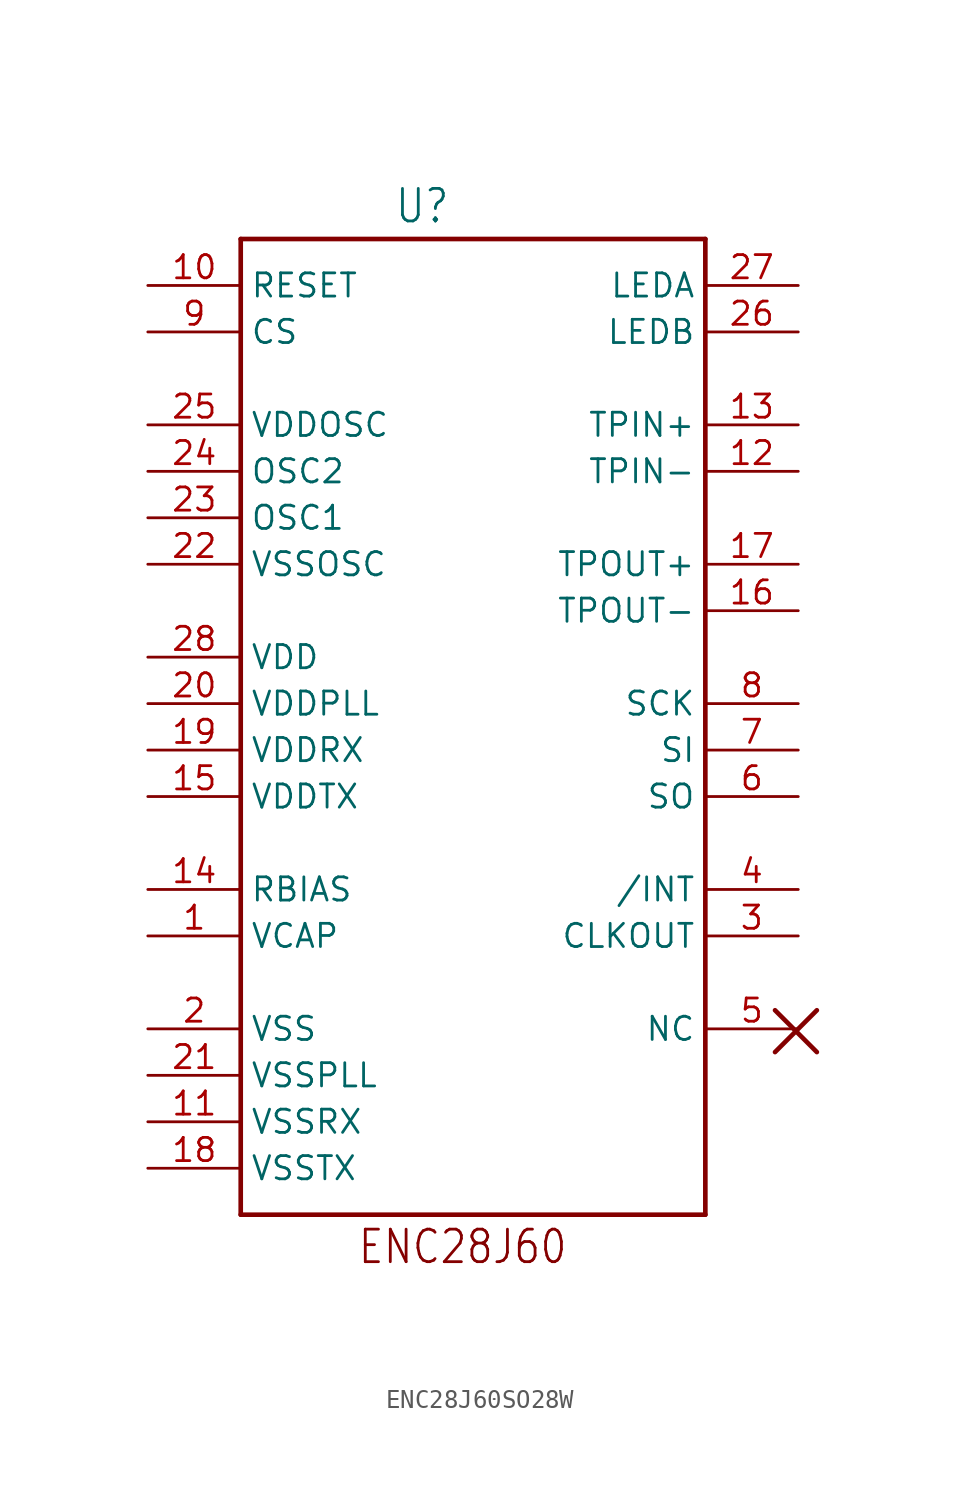
<source format=kicad_sym>
(kicad_symbol_lib
  (version 20211014)
  (generator kicad_symbol_editor)
  (symbol "ENC28J60SO28W"
    (property "Reference" "U"
      (at -4.318 26.162 0)
      (effects (font (size 1.778 1.511)) (justify left bottom)))
    (property "ki_locked" ""
      (at 0 0 0)
      (effects (font (size 1.27 1.27))))
    (symbol "ENC28J60SO28W_1_0"
      (polyline (pts (xy -12.7 -27.94) (xy 12.7 -27.94)) (stroke (width 0.254) (type default) (color 0 0 0 0)) (fill (type none)))
      (polyline (pts (xy -12.7 25.4) (xy -12.7 -27.94)) (stroke (width 0.254) (type default) (color 0 0 0 0)) (fill (type none)))
      (polyline (pts (xy 12.7 -27.94) (xy 12.7 25.4)) (stroke (width 0.254) (type default) (color 0 0 0 0)) (fill (type none)))
      (polyline (pts (xy 12.7 25.4) (xy -12.7 25.4)) (stroke (width 0.254) (type default) (color 0 0 0 0)) (fill (type none)))
      (polyline (pts (xy 16.51 -19.05) (xy 18.796 -16.764)) (stroke (width 0.254) (type default) (color 0 0 0 0)) (fill (type none)))
      (polyline (pts (xy 18.796 -19.05) (xy 16.51 -16.764)) (stroke (width 0.254) (type default) (color 0 0 0 0)) (fill (type none)))
      (text "ENC28J60" (at -6.35 -30.734 0) (effects (font (size 1.778 1.511)) (justify left bottom)))
      (pin bidirectional line (at -17.78 -12.7 0) (length 5.08) (name "VCAP" (effects (font (size 1.27 1.27)))) (number "1" (effects (font (size 1.27 1.27)))))
      (pin bidirectional line (at -17.78 22.86 0) (length 5.08) (name "RESET" (effects (font (size 1.27 1.27)))) (number "10" (effects (font (size 1.27 1.27)))))
      (pin bidirectional line (at -17.78 -22.86 0) (length 5.08) (name "VSSRX" (effects (font (size 1.27 1.27)))) (number "11" (effects (font (size 1.27 1.27)))))
      (pin bidirectional line (at 17.78 12.7 180) (length 5.08) (name "TPIN-" (effects (font (size 1.27 1.27)))) (number "12" (effects (font (size 1.27 1.27)))))
      (pin bidirectional line (at 17.78 15.24 180) (length 5.08) (name "TPIN+" (effects (font (size 1.27 1.27)))) (number "13" (effects (font (size 1.27 1.27)))))
      (pin bidirectional line (at -17.78 -10.16 0) (length 5.08) (name "RBIAS" (effects (font (size 1.27 1.27)))) (number "14" (effects (font (size 1.27 1.27)))))
      (pin bidirectional line (at -17.78 -5.08 0) (length 5.08) (name "VDDTX" (effects (font (size 1.27 1.27)))) (number "15" (effects (font (size 1.27 1.27)))))
      (pin bidirectional line (at 17.78 5.08 180) (length 5.08) (name "TPOUT-" (effects (font (size 1.27 1.27)))) (number "16" (effects (font (size 1.27 1.27)))))
      (pin bidirectional line (at 17.78 7.62 180) (length 5.08) (name "TPOUT+" (effects (font (size 1.27 1.27)))) (number "17" (effects (font (size 1.27 1.27)))))
      (pin bidirectional line (at -17.78 -25.4 0) (length 5.08) (name "VSSTX" (effects (font (size 1.27 1.27)))) (number "18" (effects (font (size 1.27 1.27)))))
      (pin bidirectional line (at -17.78 -2.54 0) (length 5.08) (name "VDDRX" (effects (font (size 1.27 1.27)))) (number "19" (effects (font (size 1.27 1.27)))))
      (pin bidirectional line (at -17.78 -17.78 0) (length 5.08) (name "VSS" (effects (font (size 1.27 1.27)))) (number "2" (effects (font (size 1.27 1.27)))))
      (pin bidirectional line (at -17.78 0 0) (length 5.08) (name "VDDPLL" (effects (font (size 1.27 1.27)))) (number "20" (effects (font (size 1.27 1.27)))))
      (pin bidirectional line (at -17.78 -20.32 0) (length 5.08) (name "VSSPLL" (effects (font (size 1.27 1.27)))) (number "21" (effects (font (size 1.27 1.27)))))
      (pin bidirectional line (at -17.78 7.62 0) (length 5.08) (name "VSSOSC" (effects (font (size 1.27 1.27)))) (number "22" (effects (font (size 1.27 1.27)))))
      (pin bidirectional line (at -17.78 10.16 0) (length 5.08) (name "OSC1" (effects (font (size 1.27 1.27)))) (number "23" (effects (font (size 1.27 1.27)))))
      (pin bidirectional line (at -17.78 12.7 0) (length 5.08) (name "OSC2" (effects (font (size 1.27 1.27)))) (number "24" (effects (font (size 1.27 1.27)))))
      (pin bidirectional line (at -17.78 15.24 0) (length 5.08) (name "VDDOSC" (effects (font (size 1.27 1.27)))) (number "25" (effects (font (size 1.27 1.27)))))
      (pin bidirectional line (at 17.78 20.32 180) (length 5.08) (name "LEDB" (effects (font (size 1.27 1.27)))) (number "26" (effects (font (size 1.27 1.27)))))
      (pin bidirectional line (at 17.78 22.86 180) (length 5.08) (name "LEDA" (effects (font (size 1.27 1.27)))) (number "27" (effects (font (size 1.27 1.27)))))
      (pin bidirectional line (at -17.78 2.54 0) (length 5.08) (name "VDD" (effects (font (size 1.27 1.27)))) (number "28" (effects (font (size 1.27 1.27)))))
      (pin bidirectional line (at 17.78 -12.7 180) (length 5.08) (name "CLKOUT" (effects (font (size 1.27 1.27)))) (number "3" (effects (font (size 1.27 1.27)))))
      (pin bidirectional line (at 17.78 -10.16 180) (length 5.08) (name "/INT" (effects (font (size 1.27 1.27)))) (number "4" (effects (font (size 1.27 1.27)))))
      (pin bidirectional line (at 17.78 -17.78 180) (length 5.08) (name "NC" (effects (font (size 1.27 1.27)))) (number "5" (effects (font (size 1.27 1.27)))))
      (pin bidirectional line (at 17.78 -5.08 180) (length 5.08) (name "SO" (effects (font (size 1.27 1.27)))) (number "6" (effects (font (size 1.27 1.27)))))
      (pin bidirectional line (at 17.78 -2.54 180) (length 5.08) (name "SI" (effects (font (size 1.27 1.27)))) (number "7" (effects (font (size 1.27 1.27)))))
      (pin bidirectional line (at 17.78 0 180) (length 5.08) (name "SCK" (effects (font (size 1.27 1.27)))) (number "8" (effects (font (size 1.27 1.27)))))
      (pin bidirectional line (at -17.78 20.32 0) (length 5.08) (name "CS" (effects (font (size 1.27 1.27)))) (number "9" (effects (font (size 1.27 1.27))))))))
</source>
